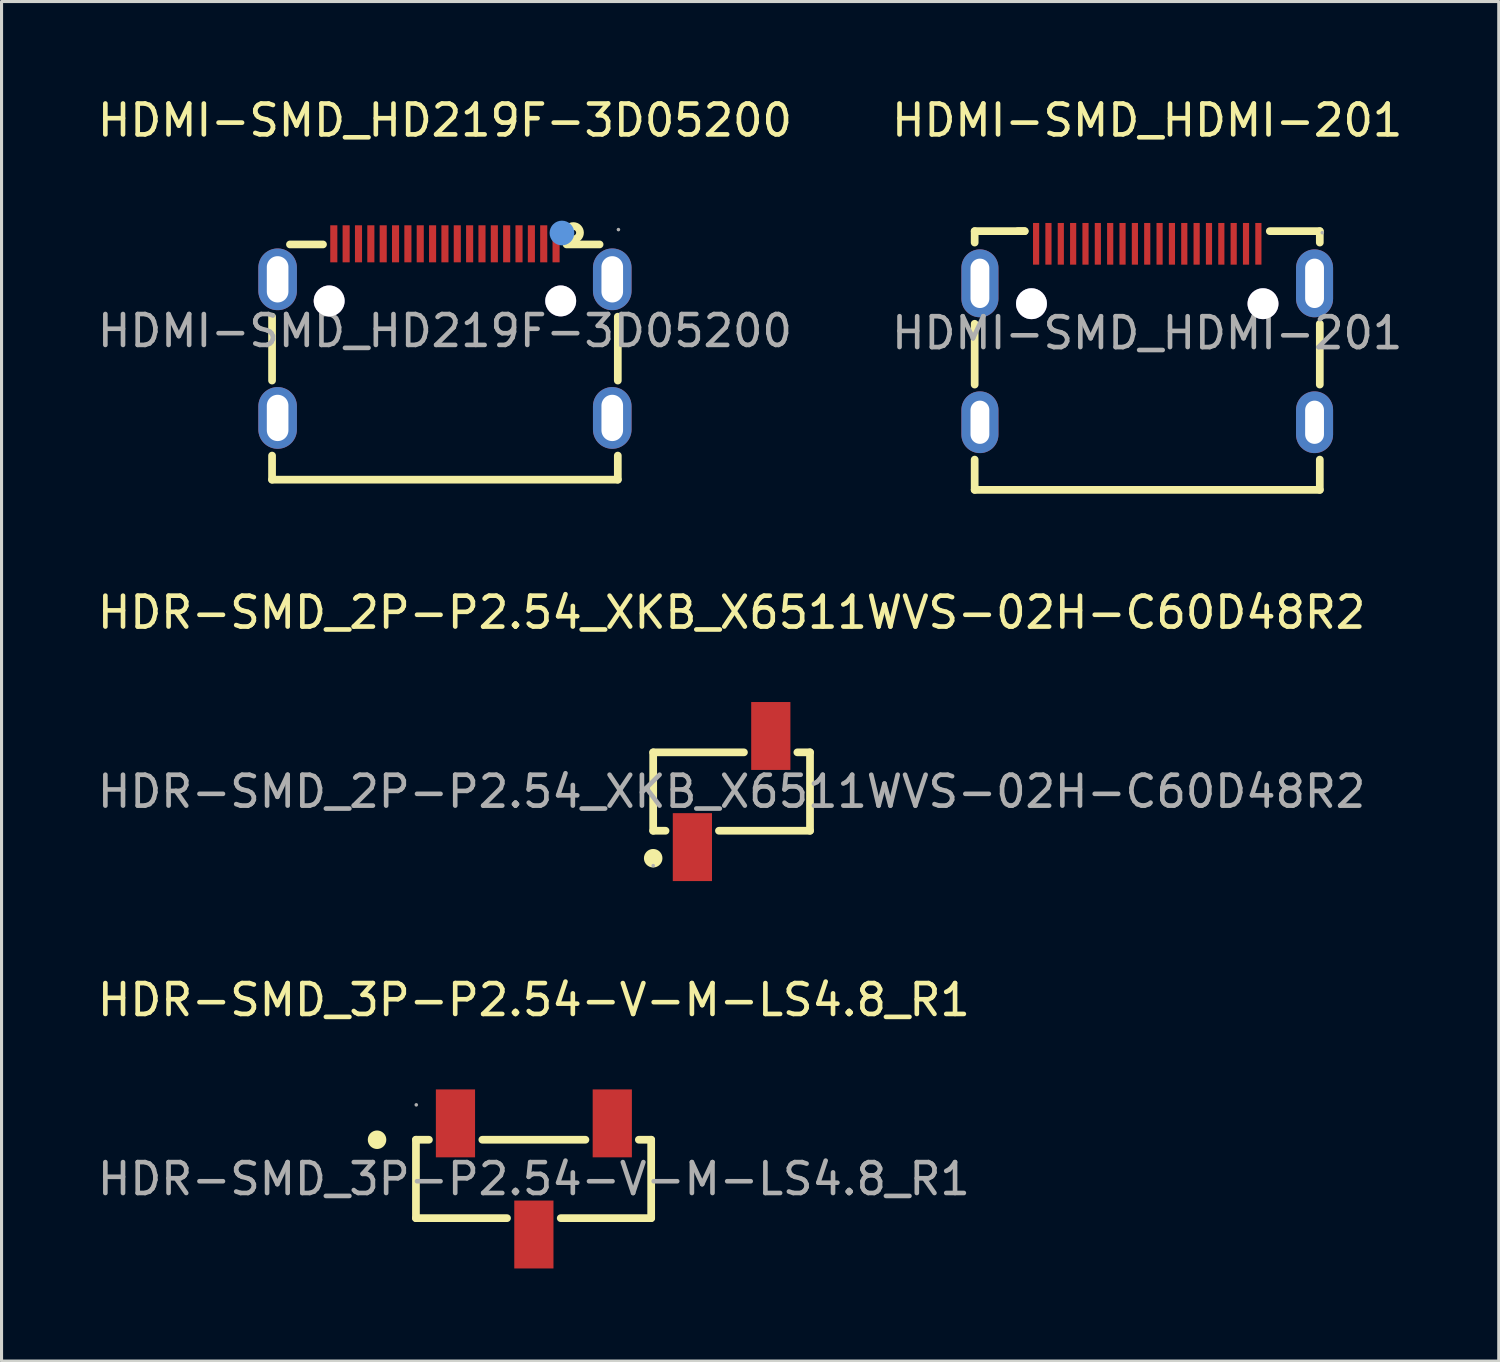
<source format=kicad_pcb>
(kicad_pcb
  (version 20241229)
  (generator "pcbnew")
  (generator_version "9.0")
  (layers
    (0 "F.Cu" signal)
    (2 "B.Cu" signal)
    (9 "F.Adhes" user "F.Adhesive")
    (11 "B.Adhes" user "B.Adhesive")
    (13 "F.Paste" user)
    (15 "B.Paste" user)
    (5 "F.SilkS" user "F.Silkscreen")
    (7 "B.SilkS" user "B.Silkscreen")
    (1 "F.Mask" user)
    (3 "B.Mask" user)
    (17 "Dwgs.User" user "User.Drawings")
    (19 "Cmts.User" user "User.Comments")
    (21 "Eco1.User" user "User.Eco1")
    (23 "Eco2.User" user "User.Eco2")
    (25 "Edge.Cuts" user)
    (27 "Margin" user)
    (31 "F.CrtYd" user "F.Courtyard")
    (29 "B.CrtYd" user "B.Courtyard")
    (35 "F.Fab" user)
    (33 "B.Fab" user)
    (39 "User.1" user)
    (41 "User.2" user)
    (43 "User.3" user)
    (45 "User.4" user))
  (footprint "HDR-SMD_2P-P2.54_XKB_X6511WVS-02H-C60D48R2"
    (layer "F.Cu")
    (at 20.649 22.591)
    (property "Reference" "HDR-SMD_2P-P2.54_XKB_X6511WVS-02H-C60D48R2" (at 0 -5.8 0) (layer "F.SilkS") (effects (font (size 1 1) (thickness 0.15))))
    (attr smd)
    (fp_line (start -2.54 -1.27) (end 0.4 -1.27) (stroke (width 0.25) (type solid)) (layer "F.SilkS"))
    (fp_line (start -2.54 1.27) (end -2.54 -1.27) (stroke (width 0.25) (type solid)) (layer "F.SilkS"))
    (fp_line (start -2.14 1.27) (end -2.54 1.27) (stroke (width 0.25) (type solid)) (layer "F.SilkS"))
    (fp_line (start 2.54 -1.27) (end 2.13 -1.27) (stroke (width 0.25) (type solid)) (layer "F.SilkS"))
    (fp_line (start 2.54 -1.27) (end 2.54 1.27) (stroke (width 0.25) (type solid)) (layer "F.SilkS"))
    (fp_line (start 2.54 1.27) (end -0.41 1.27) (stroke (width 0.25) (type solid)) (layer "F.SilkS"))
    (fp_circle (center -2.54 2.16) (end -2.39 2.16) (stroke (width 0.3) (type solid)) (fill no) (layer "F.SilkS"))
    (fp_circle (center -2.54 2.4) (end -2.51 2.4) (stroke (width 0.06) (type solid)) (fill no) (layer "F.Fab"))
    (fp_text user "${REFERENCE}" (at 0 0 0) (layer "F.Fab") (effects (font (size 1 1) (thickness 0.15))))
    (pad "1" smd rect (at -1.27 1.8) (size 1.27 2.2) (layers "F.Cu" "F.Mask" "F.Paste"))
    (pad "2" smd rect (at 1.27 -1.8) (size 1.27 2.2) (layers "F.Cu" "F.Mask" "F.Paste")))
  (footprint "HDR-SMD_3P-P2.54-V-M-LS4.8_R1"
    (layer "F.Cu")
    (at 14.244 35.14)
    (property "Reference" "HDR-SMD_3P-P2.54-V-M-LS4.8_R1" (at 0 -5.8 0) (layer "F.SilkS") (effects (font (size 1 1) (thickness 0.15))))
    (attr smd)
    (fp_line (start -3.82 -1.27) (end -3.82 1.27) (stroke (width 0.25) (type solid)) (layer "F.SilkS"))
    (fp_line (start -3.82 1.27) (end -0.87 1.27) (stroke (width 0.25) (type solid)) (layer "F.SilkS"))
    (fp_line (start -3.4 -1.27) (end -3.82 -1.27) (stroke (width 0.25) (type solid)) (layer "F.SilkS"))
    (fp_line (start 0.87 1.27) (end 3.8 1.27) (stroke (width 0.25) (type solid)) (layer "F.SilkS"))
    (fp_line (start 1.67 -1.27) (end -1.67 -1.27) (stroke (width 0.25) (type solid)) (layer "F.SilkS"))
    (fp_line (start 3.4 -1.27) (end 3.8 -1.27) (stroke (width 0.25) (type solid)) (layer "F.SilkS"))
    (fp_line (start 3.8 1.27) (end 3.8 -1.27) (stroke (width 0.25) (type solid)) (layer "F.SilkS"))
    (fp_circle (center -5.08 -1.27) (end -4.93 -1.27) (stroke (width 0.3) (type solid)) (fill no) (layer "F.SilkS"))
    (fp_circle (center -3.81 -2.4) (end -3.78 -2.4) (stroke (width 0.06) (type solid)) (fill no) (layer "F.Fab"))
    (fp_text user "${REFERENCE}" (at 0 0 0) (layer "F.Fab") (effects (font (size 1 1) (thickness 0.15))))
    (pad "1" smd rect (at -2.54 -1.8) (size 1.27 2.2) (layers "F.Cu" "F.Mask" "F.Paste"))
    (pad "2" smd rect (at 0 1.8) (size 1.27 2.2) (layers "F.Cu" "F.Mask" "F.Paste"))
    (pad "3" smd rect (at 2.54 -1.8) (size 1.27 2.2) (layers "F.Cu" "F.Mask" "F.Paste")))
  (footprint "HDMI-SMD_HDMI-201"
    (layer "F.Cu")
    (at 34.113 7.738)
    (property "Reference" "HDMI-SMD_HDMI-201" (at 0 -6.89 0) (layer "F.SilkS") (effects (font (size 1 1) (thickness 0.15))))
    (attr smd)
    (fp_line (start -5.59 -3.3) (end -5.59 -2.93) (stroke (width 0.25) (type solid)) (layer "F.SilkS"))
    (fp_line (start -5.59 -0.3) (end -5.59 1.67) (stroke (width 0.25) (type solid)) (layer "F.SilkS"))
    (fp_line (start -5.59 4.1) (end -5.59 5.08) (stroke (width 0.25) (type solid)) (layer "F.SilkS"))
    (fp_line (start -5.59 5.08) (end 5.59 5.08) (stroke (width 0.25) (type solid)) (layer "F.SilkS"))
    (fp_line (start -3.97 -3.3) (end -5.59 -3.3) (stroke (width 0.25) (type solid)) (layer "F.SilkS"))
    (fp_line (start -3.97 -3.3) (end -4.19 -3.3) (stroke (width 0.25) (type solid)) (layer "F.SilkS"))
    (fp_line (start 5.59 -3.3) (end 3.97 -3.3) (stroke (width 0.25) (type solid)) (layer "F.SilkS"))
    (fp_line (start 5.59 -2.93) (end 5.59 -3.3) (stroke (width 0.25) (type solid)) (layer "F.SilkS"))
    (fp_line (start 5.59 1.67) (end 5.59 -0.3) (stroke (width 0.25) (type solid)) (layer "F.SilkS"))
    (fp_line (start 5.59 5.08) (end 5.59 4.1) (stroke (width 0.25) (type solid)) (layer "F.SilkS"))
    (fp_circle (center -3.75 -0.95) (end -3.55 -0.95) (stroke (width 0.4) (type solid)) (fill no) (layer "Cmts.User"))
    (fp_circle (center 3.75 -0.95) (end 3.95 -0.95) (stroke (width 0.4) (type solid)) (fill no) (layer "Cmts.User"))
    (fp_circle (center 5.67 -3.25) (end 5.7 -3.25) (stroke (width 0.06) (type solid)) (fill no) (layer "F.Fab"))
    (fp_text user "${REFERENCE}" (at 0 0 0) (layer "F.Fab") (effects (font (size 1 1) (thickness 0.15))))
    (pad "" thru_hole circle (at -3.75 -0.95) (size 1 1) (drill 1) (layers "*.Cu" "*.Mask"))
    (pad "" thru_hole circle (at 3.75 -0.95) (size 1 1) (drill 1) (layers "*.Cu" "*.Mask"))
    (pad "1" smd rect (at 3.6 -2.89) (size 0.2 1.35) (layers "F.Cu" "F.Mask" "F.Paste"))
    (pad "2" smd rect (at 3.2 -2.89) (size 0.2 1.35) (layers "F.Cu" "F.Mask" "F.Paste"))
    (pad "3" smd rect (at 2.8 -2.89) (size 0.2 1.35) (layers "F.Cu" "F.Mask" "F.Paste"))
    (pad "4" smd rect (at 2.4 -2.89) (size 0.2 1.35) (layers "F.Cu" "F.Mask" "F.Paste"))
    (pad "5" smd rect (at 2 -2.89) (size 0.2 1.35) (layers "F.Cu" "F.Mask" "F.Paste"))
    (pad "6" smd rect (at 1.6 -2.89) (size 0.2 1.35) (layers "F.Cu" "F.Mask" "F.Paste"))
    (pad "7" smd rect (at 1.2 -2.89) (size 0.2 1.35) (layers "F.Cu" "F.Mask" "F.Paste"))
    (pad "8" smd rect (at 0.8 -2.89) (size 0.2 1.35) (layers "F.Cu" "F.Mask" "F.Paste"))
    (pad "9" smd rect (at 0.4 -2.89) (size 0.2 1.35) (layers "F.Cu" "F.Mask" "F.Paste"))
    (pad "10" smd rect (at 0 -2.89) (size 0.2 1.35) (layers "F.Cu" "F.Mask" "F.Paste"))
    (pad "11" smd rect (at -0.4 -2.89) (size 0.2 1.35) (layers "F.Cu" "F.Mask" "F.Paste"))
    (pad "12" smd rect (at -0.8 -2.89) (size 0.2 1.35) (layers "F.Cu" "F.Mask" "F.Paste"))
    (pad "13" smd rect (at -1.2 -2.89) (size 0.2 1.35) (layers "F.Cu" "F.Mask" "F.Paste"))
    (pad "14" smd rect (at -1.6 -2.89) (size 0.2 1.35) (layers "F.Cu" "F.Mask" "F.Paste"))
    (pad "15" smd rect (at -2 -2.89) (size 0.2 1.35) (layers "F.Cu" "F.Mask" "F.Paste"))
    (pad "16" smd rect (at -2.4 -2.89) (size 0.2 1.35) (layers "F.Cu" "F.Mask" "F.Paste"))
    (pad "17" smd rect (at -2.8 -2.89) (size 0.2 1.35) (layers "F.Cu" "F.Mask" "F.Paste"))
    (pad "18" smd rect (at -3.2 -2.89) (size 0.2 1.35) (layers "F.Cu" "F.Mask" "F.Paste"))
    (pad "19" smd rect (at -3.6 -2.89) (size 0.2 1.35) (layers "F.Cu" "F.Mask" "F.Paste"))
    (pad "20" thru_hole oval (at -5.42 -1.61) (size 1.2 2.2) (drill oval 0.61 1.6) (layers "*.Cu" "*.Paste" "*.Mask"))
    (pad "20" thru_hole oval (at -5.42 2.89) (size 1.2 2) (drill oval 0.61 1.4) (layers "*.Cu" "*.Paste" "*.Mask"))
    (pad "20" thru_hole oval (at 5.42 -1.61) (size 1.2 2.2) (drill oval 0.61 1.6) (layers "*.Cu" "*.Paste" "*.Mask"))
    (pad "20" thru_hole oval (at 5.42 2.89) (size 1.2 2) (drill oval 0.61 1.4) (layers "*.Cu" "*.Paste" "*.Mask")))
  (footprint "HDMI-SMD_HD219F-3D05200"
    (layer "F.Cu")
    (at 11.363 7.668)
    (property "Reference" "HDMI-SMD_HD219F-3D05200" (at 0 -6.82 0) (layer "F.SilkS") (effects (font (size 1 1) (thickness 0.15))))
    (attr smd)
    (fp_line (start -5.6 1.61) (end -5.6 -0.46) (stroke (width 0.25) (type solid)) (layer "F.SilkS"))
    (fp_line (start -5.6 4.82) (end -5.6 4.04) (stroke (width 0.25) (type solid)) (layer "F.SilkS"))
    (fp_line (start -3.95 -2.8) (end -5.02 -2.8) (stroke (width 0.25) (type solid)) (layer "F.SilkS"))
    (fp_line (start 5.01 -2.8) (end 3.94 -2.8) (stroke (width 0.25) (type solid)) (layer "F.SilkS"))
    (fp_line (start 5.6 1.61) (end 5.6 -0.46) (stroke (width 0.25) (type solid)) (layer "F.SilkS"))
    (fp_line (start 5.6 4.82) (end -5.6 4.82) (stroke (width 0.25) (type solid)) (layer "F.SilkS"))
    (fp_line (start 5.6 4.82) (end 5.6 4.04) (stroke (width 0.25) (type solid)) (layer "F.SilkS"))
    (fp_circle (center 4.16 -3.18) (end 4.25 -3.18) (stroke (width 0.25) (type solid)) (fill no) (layer "F.SilkS"))
    (fp_circle (center 3.79 -3.17) (end 3.99 -3.17) (stroke (width 0.4) (type solid)) (fill no) (layer "Cmts.User"))
    (fp_circle (center 5.62 -3.28) (end 5.65 -3.28) (stroke (width 0.06) (type solid)) (fill no) (layer "F.Fab"))
    (fp_text user "${REFERENCE}" (at 0 0 0) (layer "F.Fab") (effects (font (size 1 1) (thickness 0.15))))
    (pad "" thru_hole circle (at -3.75 -0.97) (size 1 1) (drill 1) (layers "*.Cu" "*.Mask"))
    (pad "" thru_hole circle (at 3.75 -0.97) (size 1 1) (drill 1) (layers "*.Cu" "*.Mask"))
    (pad "1" smd rect (at 3.6 -2.82) (size 0.23 1.2) (layers "F.Cu" "F.Mask" "F.Paste"))
    (pad "2" smd rect (at 3.2 -2.82) (size 0.23 1.2) (layers "F.Cu" "F.Mask" "F.Paste"))
    (pad "3" smd rect (at 2.8 -2.82) (size 0.23 1.2) (layers "F.Cu" "F.Mask" "F.Paste"))
    (pad "4" smd rect (at 2.4 -2.82) (size 0.23 1.2) (layers "F.Cu" "F.Mask" "F.Paste"))
    (pad "5" smd rect (at 2 -2.82) (size 0.23 1.2) (layers "F.Cu" "F.Mask" "F.Paste"))
    (pad "6" smd rect (at 1.6 -2.82) (size 0.23 1.2) (layers "F.Cu" "F.Mask" "F.Paste"))
    (pad "7" smd rect (at 1.2 -2.82) (size 0.23 1.2) (layers "F.Cu" "F.Mask" "F.Paste"))
    (pad "8" smd rect (at 0.8 -2.82) (size 0.23 1.2) (layers "F.Cu" "F.Mask" "F.Paste"))
    (pad "9" smd rect (at 0.4 -2.82) (size 0.23 1.2) (layers "F.Cu" "F.Mask" "F.Paste"))
    (pad "10" smd rect (at 0 -2.82) (size 0.23 1.2) (layers "F.Cu" "F.Mask" "F.Paste"))
    (pad "11" smd rect (at -0.4 -2.82) (size 0.23 1.2) (layers "F.Cu" "F.Mask" "F.Paste"))
    (pad "12" smd rect (at -0.8 -2.82) (size 0.23 1.2) (layers "F.Cu" "F.Mask" "F.Paste"))
    (pad "13" smd rect (at -1.2 -2.82) (size 0.23 1.2) (layers "F.Cu" "F.Mask" "F.Paste"))
    (pad "14" smd rect (at -1.6 -2.82) (size 0.23 1.2) (layers "F.Cu" "F.Mask" "F.Paste"))
    (pad "15" smd rect (at -2 -2.82) (size 0.23 1.2) (layers "F.Cu" "F.Mask" "F.Paste"))
    (pad "16" smd rect (at -2.4 -2.82) (size 0.23 1.2) (layers "F.Cu" "F.Mask" "F.Paste"))
    (pad "17" smd rect (at -2.8 -2.82) (size 0.23 1.2) (layers "F.Cu" "F.Mask" "F.Paste"))
    (pad "18" smd rect (at -3.2 -2.82) (size 0.23 1.2) (layers "F.Cu" "F.Mask" "F.Paste"))
    (pad "19" smd rect (at -3.6 -2.82) (size 0.23 1.2) (layers "F.Cu" "F.Mask" "F.Paste"))
    (pad "20" thru_hole oval (at 5.42 2.82 90) (size 2 1.25) (drill oval 1.5 0.7) (layers "*.Cu" "*.Paste" "*.Mask"))
    (pad "21" thru_hole oval (at -5.42 2.82 90) (size 2 1.25) (drill oval 1.5 0.7) (layers "*.Cu" "*.Paste" "*.Mask"))
    (pad "22" thru_hole oval (at 5.42 -1.67 90) (size 2 1.25) (drill oval 1.5 0.7) (layers "*.Cu" "*.Paste" "*.Mask"))
    (pad "23" thru_hole oval (at -5.42 -1.67 90) (size 2 1.25) (drill oval 1.5 0.7) (layers "*.Cu" "*.Paste" "*.Mask")))
  (gr_rect
    (start -3 -3)
    (end 45.5 41.04)
    (stroke (width 0.1) (type default))
    (fill no)
    (layer "Edge.Cuts")))
</source>
